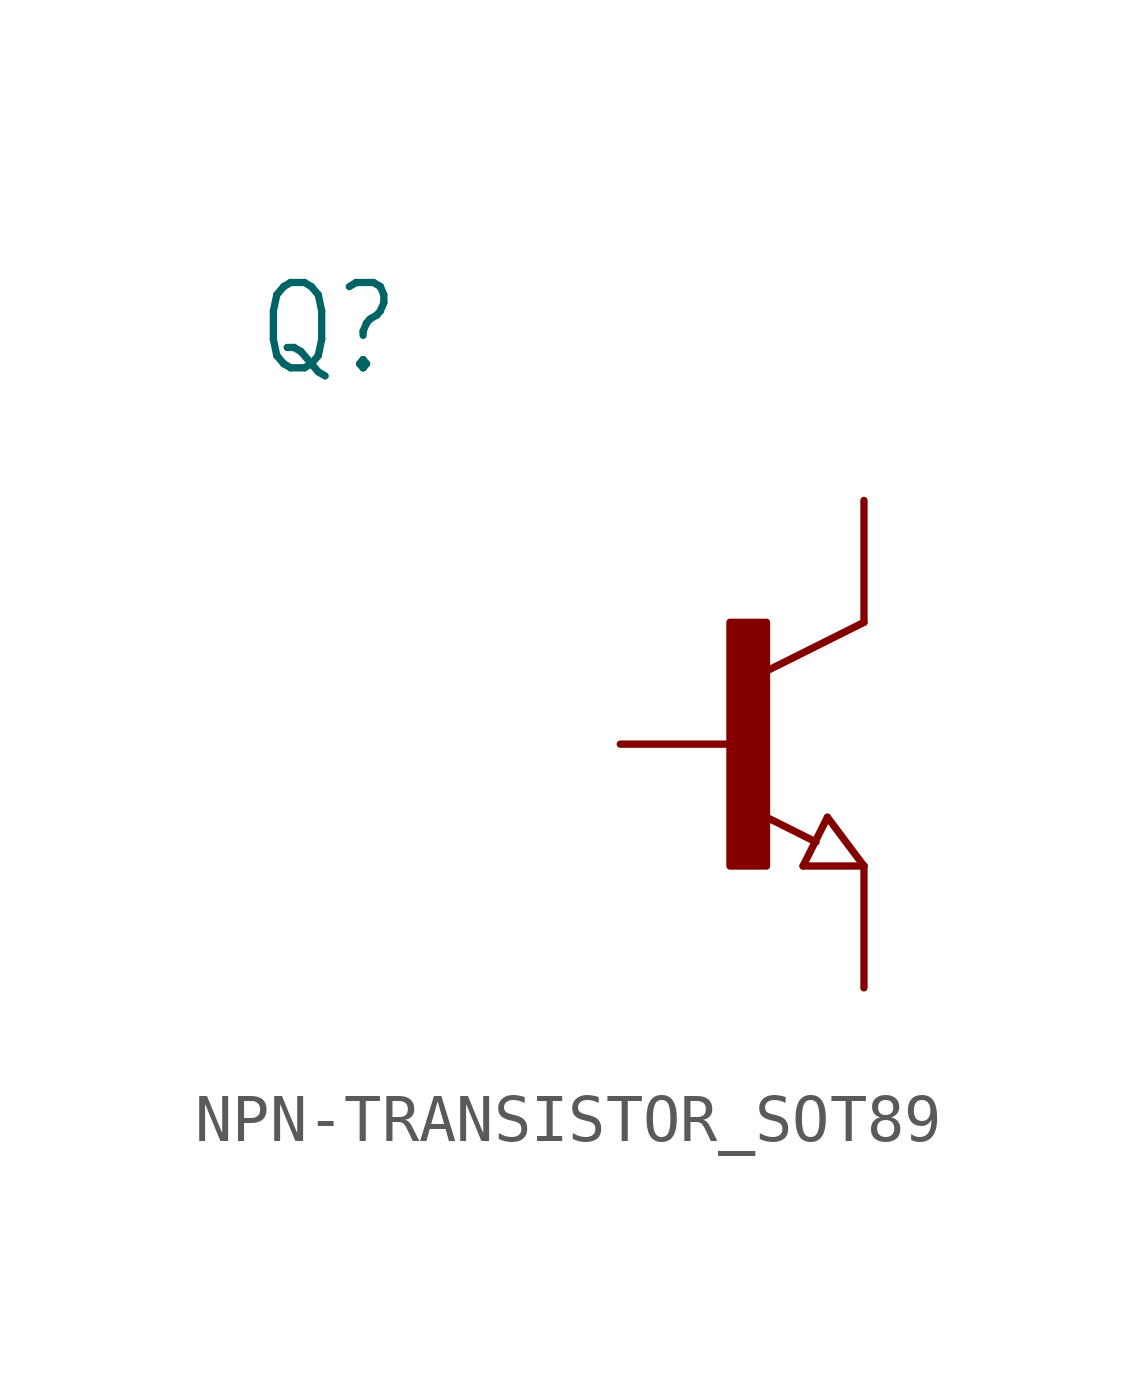
<source format=kicad_sym>
(kicad_symbol_lib
  (version 20231120)
  (generator "kicad_symbol_editor")
  (generator_version "8.0")
  (symbol "NPN-TRANSISTOR_SOT89"
    (property "Reference" "Q"
      (at -10.16 7.62 0)
      (effects (font (size 1.778 1.511)) (justify left bottom)))
    (property "Value" ""
      (at -10.16 5.08 0)
      (effects (font (size 1.778 1.511)) (justify left bottom)))
    (property "ki_locked" ""
      (at 0 0 0)
      (effects (font (size 1.27 1.27))))
    (symbol "NPN-TRANSISTOR_SOT89_1_0"
      (rectangle (start -0.254 -2.54) (end 0.508 2.54) (stroke (width 0) (type default)) (fill (type outline)))
      (polyline (pts (xy 1.27 -2.54) (xy 1.778 -1.524)) (stroke (width 0.152) (type solid)) (fill (type none)))
      (polyline (pts (xy 1.54 -2.04) (xy 0.308 -1.424)) (stroke (width 0.152) (type solid)) (fill (type none)))
      (polyline (pts (xy 1.778 -1.524) (xy 2.54 -2.54)) (stroke (width 0.152) (type solid)) (fill (type none)))
      (polyline (pts (xy 2.54 -2.54) (xy 1.27 -2.54)) (stroke (width 0.152) (type solid)) (fill (type none)))
      (polyline (pts (xy 2.54 2.54) (xy 0.508 1.524)) (stroke (width 0.152) (type solid)) (fill (type none)))
      (pin passive line (at -2.54 0 0) (length 2.54) (name "B" (effects (font (size 0 0)))) (number "1" (effects (font (size 0 0)))))
      (pin passive line (at 2.54 5.08 270) (length 2.54) (name "C" (effects (font (size 0 0)))) (number "2" (effects (font (size 0 0)))))
      (pin passive line (at 2.54 -5.08 90) (length 2.54) (name "E" (effects (font (size 0 0)))) (number "3" (effects (font (size 0 0))))))))
</source>
